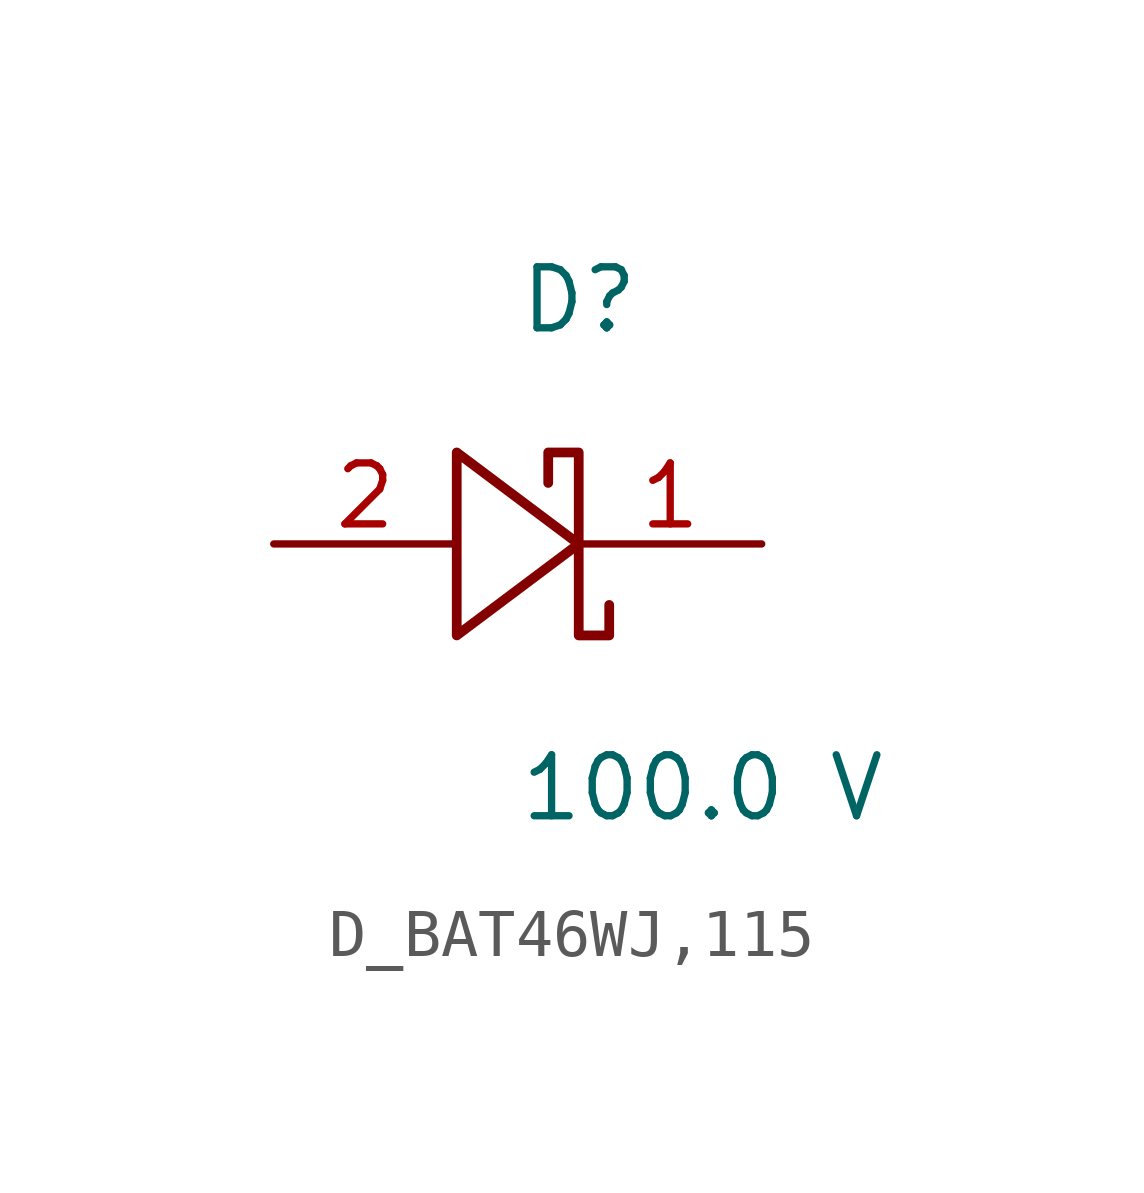
<source format=kicad_sym>
(kicad_symbol_lib
  (version 20231120)
  (generator kicad_symbol_editor)
  (generator_version 8.0)
  (symbol "D_BAT46WJ,115"
    (pin_names
      (offset 0.254))
    (property "Reference" "D"
      (at 0 5.08 0)
      (effects (font (size 1.27 1.27)) (justify left)))
    (property "Value" "100.0 V"
      (at 0 -5.08 0)
      (effects (font (size 1.27 1.27)) (justify left)))
    (symbol "D_BAT46WJ,115_1_0"
      (polyline (pts (xy 0.635 1.27) (xy 0.635 1.905) (xy 1.27 1.905) (xy 1.27 0) (xy -1.27 1.905) (xy -1.27 -1.905) (xy 1.27 0) (xy 1.27 -1.905) (xy 1.905 -1.905) (xy 1.905 -1.27)) (stroke (width 0.203) (type default)) (fill (type none)))
      (pin unspecified line (at 5.08 0 180) (length 3.81) (name "" (effects (font (size 1.27 1.27)))) (number "1" (effects (font (size 1.27 1.27)))))
      (pin unspecified line (at -5.08 0 0) (length 3.81) (name "" (effects (font (size 1.27 1.27)))) (number "2" (effects (font (size 1.27 1.27))))))))
</source>
